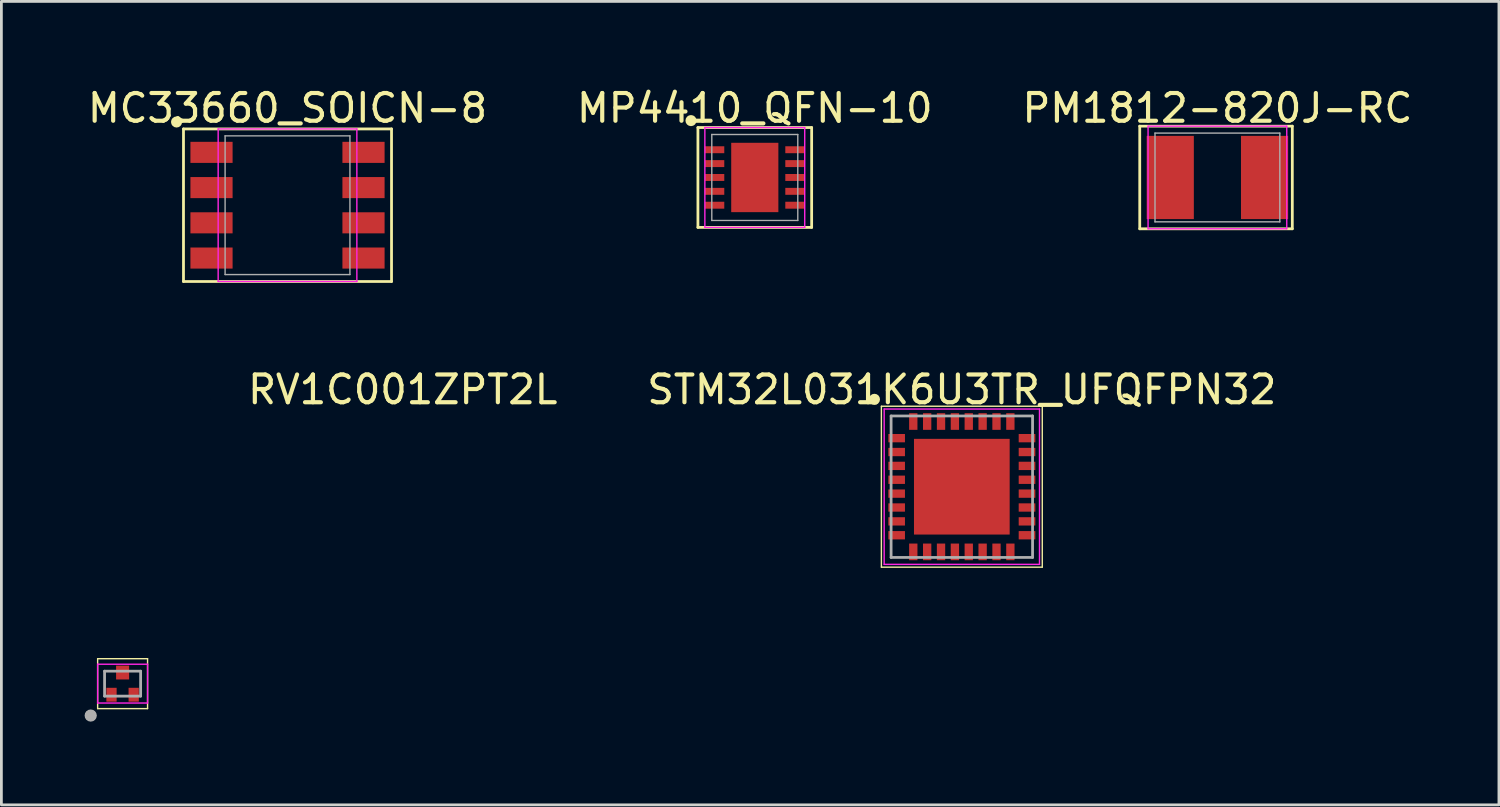
<source format=kicad_pcb>
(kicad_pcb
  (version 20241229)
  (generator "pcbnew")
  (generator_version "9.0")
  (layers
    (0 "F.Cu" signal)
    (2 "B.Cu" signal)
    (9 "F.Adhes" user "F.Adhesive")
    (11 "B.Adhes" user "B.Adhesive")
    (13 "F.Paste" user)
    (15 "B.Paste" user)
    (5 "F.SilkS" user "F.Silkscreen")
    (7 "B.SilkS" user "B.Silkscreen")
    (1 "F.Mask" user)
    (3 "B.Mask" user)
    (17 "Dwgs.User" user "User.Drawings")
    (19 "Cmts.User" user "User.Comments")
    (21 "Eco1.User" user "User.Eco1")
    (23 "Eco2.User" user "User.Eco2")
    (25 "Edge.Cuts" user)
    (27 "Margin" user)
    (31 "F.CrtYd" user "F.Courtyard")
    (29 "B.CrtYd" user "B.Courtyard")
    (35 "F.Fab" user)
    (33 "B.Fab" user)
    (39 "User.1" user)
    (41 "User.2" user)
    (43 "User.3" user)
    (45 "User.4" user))
  (footprint "MP4410_QFN-10"
    (layer "F.Cu")
    (at 24.161 3.348)
    (property "Reference" "MP4410_QFN-10" (at 0 -2.5 0) (layer "F.SilkS") (effects (font (size 1 1) (thickness 0.15))))
    (attr smd)
    (fp_poly (pts (xy 0.85 1.25) (xy -0.85 1.25) (xy -0.85 -1.25) (xy 0.85 -1.25)) (stroke (width 0.001) (type solid)) (fill yes) (layer "F.Cu"))
    (fp_line (start -2.05 -1.8) (end 2.05 -1.8) (stroke (width 0.1) (type solid)) (layer "F.SilkS"))
    (fp_line (start -2.05 1.8) (end -2.05 -1.8) (stroke (width 0.1) (type solid)) (layer "F.SilkS"))
    (fp_line (start 2.05 -1.8) (end 2.05 1.8) (stroke (width 0.1) (type solid)) (layer "F.SilkS"))
    (fp_line (start 2.05 1.8) (end -2.05 1.8) (stroke (width 0.1) (type solid)) (layer "F.SilkS"))
    (fp_circle (center -2.3 -2.05) (end -2.2 -2.05) (stroke (width 0.2) (type solid)) (fill no) (layer "F.SilkS"))
    (fp_line (start -1.8 -1.8) (end 1.8 -1.8) (stroke (width 0.05) (type solid)) (layer "F.CrtYd"))
    (fp_line (start -1.8 1.8) (end -1.8 -1.8) (stroke (width 0.05) (type solid)) (layer "F.CrtYd"))
    (fp_line (start 1.8 -1.8) (end 1.8 1.8) (stroke (width 0.05) (type solid)) (layer "F.CrtYd"))
    (fp_line (start 1.8 1.8) (end -1.8 1.8) (stroke (width 0.05) (type solid)) (layer "F.CrtYd"))
    (fp_line (start -1.55 -1.55) (end -1.55 1.55) (stroke (width 0.05) (type solid)) (layer "F.Fab"))
    (fp_line (start -1.55 1.55) (end 1.55 1.55) (stroke (width 0.05) (type solid)) (layer "F.Fab"))
    (fp_line (start 1.55 -1.55) (end -1.55 -1.55) (stroke (width 0.05) (type solid)) (layer "F.Fab"))
    (fp_line (start 1.55 1.55) (end 1.55 -1.55) (stroke (width 0.05) (type solid)) (layer "F.Fab"))
    (pad "1" smd rect (at -1.45 -1) (size 0.7 0.25) (layers "F.Cu" "F.Mask" "F.Paste"))
    (pad "2" smd rect (at -1.45 -0.5) (size 0.7 0.25) (layers "F.Cu" "F.Mask" "F.Paste"))
    (pad "3" smd rect (at -1.45 0) (size 0.7 0.25) (layers "F.Cu" "F.Mask" "F.Paste"))
    (pad "4" smd rect (at -1.45 0.5) (size 0.7 0.25) (layers "F.Cu" "F.Mask" "F.Paste"))
    (pad "5" smd rect (at -1.45 1) (size 0.7 0.25) (layers "F.Cu" "F.Mask" "F.Paste"))
    (pad "6" smd rect (at 1.45 1) (size 0.7 0.25) (layers "F.Cu" "F.Mask" "F.Paste"))
    (pad "7" smd rect (at 1.45 0.5) (size 0.7 0.25) (layers "F.Cu" "F.Mask" "F.Paste"))
    (pad "8" smd rect (at 1.45 0) (size 0.7 0.25) (layers "F.Cu" "F.Mask" "F.Paste"))
    (pad "9" smd rect (at 1.45 -0.5) (size 0.7 0.25) (layers "F.Cu" "F.Mask" "F.Paste"))
    (pad "10" smd rect (at 1.45 -1) (size 0.7 0.25) (layers "F.Cu" "F.Mask" "F.Paste")))
  (footprint "PM1812-820J-RC"
    (layer "F.Cu")
    (at 40.839 3.348)
    (property "Reference" "PM1812-820J-RC" (at 0 -2.5 0) (layer "F.SilkS") (effects (font (size 1 1) (thickness 0.15))))
    (attr through_hole)
    (fp_line (start -2.8 -1.85) (end 2.7 -1.85) (stroke (width 0.1) (type solid)) (layer "F.SilkS"))
    (fp_line (start -2.8 1.85) (end -2.8 -1.85) (stroke (width 0.1) (type solid)) (layer "F.SilkS"))
    (fp_line (start 2.7 -1.85) (end 2.7 1.85) (stroke (width 0.1) (type solid)) (layer "F.SilkS"))
    (fp_line (start 2.7 1.85) (end -2.8 1.85) (stroke (width 0.1) (type solid)) (layer "F.SilkS"))
    (fp_line (start -2.5 -1.85) (end 2.5 -1.85) (stroke (width 0.05) (type solid)) (layer "F.CrtYd"))
    (fp_line (start -2.5 1.85) (end -2.5 -1.85) (stroke (width 0.05) (type solid)) (layer "F.CrtYd"))
    (fp_line (start 2.5 -1.85) (end 2.5 1.85) (stroke (width 0.05) (type solid)) (layer "F.CrtYd"))
    (fp_line (start 2.5 1.85) (end -2.5 1.85) (stroke (width 0.05) (type solid)) (layer "F.CrtYd"))
    (fp_line (start -2.25 -1.6) (end 2.25 -1.6) (stroke (width 0.05) (type solid)) (layer "F.Fab"))
    (fp_line (start -2.25 1.6) (end -2.25 -1.6) (stroke (width 0.05) (type solid)) (layer "F.Fab"))
    (fp_line (start 2.25 -1.6) (end 2.25 1.6) (stroke (width 0.05) (type solid)) (layer "F.Fab"))
    (fp_line (start 2.25 1.6) (end -2.25 1.6) (stroke (width 0.05) (type solid)) (layer "F.Fab"))
    (pad "1" smd rect (at -1.7 0) (size 1.7 3) (layers "F.Cu" "F.Mask" "F.Paste"))
    (pad "2" smd rect (at 1.7 0) (size 1.7 3) (layers "F.Cu" "F.Mask" "F.Paste")))
  (footprint "STM32L031K6U3TR_UFQFPN32"
    (layer "F.Cu")
    (at 31.625 14.496)
    (property "Reference" "STM32L031K6U3TR_UFQFPN32" (at 0 -3.5 0) (layer "F.SilkS") (effects (font (size 1 1) (thickness 0.15))))
    (attr smd)
    (fp_line (start -2.9 -2.9) (end 2.9 -2.9) (stroke (width 0.05) (type solid)) (layer "F.SilkS"))
    (fp_line (start -2.9 2.9) (end -2.9 -2.9) (stroke (width 0.05) (type solid)) (layer "F.SilkS"))
    (fp_line (start 2.9 -2.9) (end 2.9 2.9) (stroke (width 0.05) (type solid)) (layer "F.SilkS"))
    (fp_line (start 2.9 2.9) (end -2.9 2.9) (stroke (width 0.05) (type solid)) (layer "F.SilkS"))
    (fp_circle (center -3.15 -3.15) (end -3.05 -3.15) (stroke (width 0.2) (type solid)) (fill no) (layer "F.SilkS"))
    (fp_line (start -2.8 -2.8) (end 2.8 -2.8) (stroke (width 0.05) (type solid)) (layer "F.CrtYd"))
    (fp_line (start -2.8 2.8) (end -2.8 -2.8) (stroke (width 0.05) (type solid)) (layer "F.CrtYd"))
    (fp_line (start 2.8 -2.8) (end 2.8 2.8) (stroke (width 0.05) (type solid)) (layer "F.CrtYd"))
    (fp_line (start 2.8 2.8) (end -2.8 2.8) (stroke (width 0.05) (type solid)) (layer "F.CrtYd"))
    (fp_line (start -2.55 -2.55) (end 2.55 -2.55) (stroke (width 0.1) (type solid)) (layer "F.Fab"))
    (fp_line (start -2.55 2.55) (end -2.55 -2.55) (stroke (width 0.1) (type solid)) (layer "F.Fab"))
    (fp_line (start -2.55 2.55) (end 2.55 2.55) (stroke (width 0.1) (type solid)) (layer "F.Fab"))
    (fp_line (start 2.55 -2.55) (end 2.55 2.55) (stroke (width 0.1) (type solid)) (layer "F.Fab"))
    (pad "1" smd rect (at -2.35 -1.75) (size 0.6 0.3) (layers "F.Cu" "F.Mask" "F.Paste"))
    (pad "2" smd rect (at -2.35 -1.25) (size 0.6 0.3) (layers "F.Cu" "F.Mask" "F.Paste"))
    (pad "3" smd rect (at -2.35 -0.75) (size 0.6 0.3) (layers "F.Cu" "F.Mask" "F.Paste"))
    (pad "4" smd rect (at -2.35 -0.25) (size 0.6 0.3) (layers "F.Cu" "F.Mask" "F.Paste"))
    (pad "5" smd rect (at -2.35 0.25) (size 0.6 0.3) (layers "F.Cu" "F.Mask" "F.Paste"))
    (pad "6" smd rect (at -2.35 0.75) (size 0.6 0.3) (layers "F.Cu" "F.Mask" "F.Paste"))
    (pad "7" smd rect (at -2.35 1.25) (size 0.6 0.3) (layers "F.Cu" "F.Mask" "F.Paste"))
    (pad "8" smd rect (at -2.35 1.75) (size 0.6 0.3) (layers "F.Cu" "F.Mask" "F.Paste"))
    (pad "9" smd rect (at -1.75 2.35 90) (size 0.6 0.3) (layers "F.Cu" "F.Mask" "F.Paste"))
    (pad "10" smd rect (at -1.25 2.35 90) (size 0.6 0.3) (layers "F.Cu" "F.Mask" "F.Paste"))
    (pad "11" smd rect (at -0.75 2.35 90) (size 0.6 0.3) (layers "F.Cu" "F.Mask" "F.Paste"))
    (pad "12" smd rect (at -0.25 2.35 90) (size 0.6 0.3) (layers "F.Cu" "F.Mask" "F.Paste"))
    (pad "13" smd rect (at 0.25 2.35 90) (size 0.6 0.3) (layers "F.Cu" "F.Mask" "F.Paste"))
    (pad "14" smd rect (at 0.75 2.35 90) (size 0.6 0.3) (layers "F.Cu" "F.Mask" "F.Paste"))
    (pad "15" smd rect (at 1.25 2.35 90) (size 0.6 0.3) (layers "F.Cu" "F.Mask" "F.Paste"))
    (pad "16" smd rect (at 1.75 2.35 90) (size 0.6 0.3) (layers "F.Cu" "F.Mask" "F.Paste"))
    (pad "17" smd rect (at 2.35 1.75) (size 0.6 0.3) (layers "F.Cu" "F.Mask" "F.Paste"))
    (pad "18" smd rect (at 2.35 1.25) (size 0.6 0.3) (layers "F.Cu" "F.Mask" "F.Paste"))
    (pad "19" smd rect (at 2.35 0.75) (size 0.6 0.3) (layers "F.Cu" "F.Mask" "F.Paste"))
    (pad "20" smd rect (at 2.35 0.25) (size 0.6 0.3) (layers "F.Cu" "F.Mask" "F.Paste"))
    (pad "21" smd rect (at 2.35 -0.25) (size 0.6 0.3) (layers "F.Cu" "F.Mask" "F.Paste"))
    (pad "22" smd rect (at 2.35 -0.75) (size 0.6 0.3) (layers "F.Cu" "F.Mask" "F.Paste"))
    (pad "23" smd rect (at 2.35 -1.25) (size 0.6 0.3) (layers "F.Cu" "F.Mask" "F.Paste"))
    (pad "24" smd rect (at 2.35 -1.75) (size 0.6 0.3) (layers "F.Cu" "F.Mask" "F.Paste"))
    (pad "25" smd rect (at 1.75 -2.35 90) (size 0.6 0.3) (layers "F.Cu" "F.Mask" "F.Paste"))
    (pad "26" smd rect (at 1.25 -2.35 90) (size 0.6 0.3) (layers "F.Cu" "F.Mask" "F.Paste"))
    (pad "27" smd rect (at 0.75 -2.35 90) (size 0.6 0.3) (layers "F.Cu" "F.Mask" "F.Paste"))
    (pad "28" smd rect (at 0.25 -2.35 90) (size 0.6 0.3) (layers "F.Cu" "F.Mask" "F.Paste"))
    (pad "29" smd rect (at -0.25 -2.35 90) (size 0.6 0.3) (layers "F.Cu" "F.Mask" "F.Paste"))
    (pad "30" smd rect (at -0.75 -2.35 90) (size 0.6 0.3) (layers "F.Cu" "F.Mask" "F.Paste"))
    (pad "31" smd rect (at -1.25 -2.35 90) (size 0.6 0.3) (layers "F.Cu" "F.Mask" "F.Paste"))
    (pad "32" smd rect (at -1.75 -2.35 90) (size 0.6 0.3) (layers "F.Cu" "F.Mask" "F.Paste"))
    (pad "33" smd rect (at 0 0) (size 3.45 3.45) (layers "F.Cu" "F.Mask" "F.Paste")))
  (footprint "RV1C001ZPT2L"
    (layer "F.Cu")
    (at 1.37 21.596)
    (property "Reference" "RV1C001ZPT2L" (at 10.1 -10.6 0) (layer "F.SilkS") (effects (font (size 1 1) (thickness 0.15))))
    (attr through_hole)
    (fp_line (start -0.9 -0.9) (end 0.9 -0.9) (stroke (width 0.05) (type solid)) (layer "F.SilkS"))
    (fp_line (start -0.9 0.9) (end -0.9 -0.9) (stroke (width 0.05) (type solid)) (layer "F.SilkS"))
    (fp_line (start 0.9 -0.9) (end 0.9 0.9) (stroke (width 0.05) (type solid)) (layer "F.SilkS"))
    (fp_line (start 0.9 0.9) (end -0.9 0.9) (stroke (width 0.05) (type solid)) (layer "F.SilkS"))
    (fp_circle (center -1.15 1.15) (end -1.05 1.15) (stroke (width 0.2) (type solid)) (fill no) (layer "F.SilkS"))
    (fp_line (start -0.9 -0.7) (end 0.9 -0.7) (stroke (width 0.05) (type solid)) (layer "F.CrtYd"))
    (fp_line (start -0.9 0.7) (end -0.9 -0.7) (stroke (width 0.05) (type solid)) (layer "F.CrtYd"))
    (fp_line (start 0.9 -0.7) (end 0.9 0.7) (stroke (width 0.05) (type solid)) (layer "F.CrtYd"))
    (fp_line (start 0.9 0.7) (end -0.9 0.7) (stroke (width 0.05) (type solid)) (layer "F.CrtYd"))
    (fp_line (start -0.65 0.45) (end -0.65 -0.45) (stroke (width 0.1) (type solid)) (layer "F.Fab"))
    (fp_line (start -0.65 0.45) (end 0.65 0.45) (stroke (width 0.1) (type solid)) (layer "F.Fab"))
    (fp_line (start 0.65 -0.45) (end -0.65 -0.45) (stroke (width 0.1) (type solid)) (layer "F.Fab"))
    (fp_line (start 0.65 -0.45) (end 0.65 0.45) (stroke (width 0.1) (type solid)) (layer "F.Fab"))
    (fp_circle (center -1.15 1.15) (end -1.04 1.15) (stroke (width 0.22) (type solid)) (fill no) (layer "F.Fab"))
    (pad "1" smd rect (at -0.4 0.4 180) (size 0.37 0.5) (layers "F.Cu" "F.Mask" "F.Paste"))
    (pad "2" smd rect (at 0.4 0.4 180) (size 0.37 0.5) (layers "F.Cu" "F.Mask" "F.Paste"))
    (pad "3" smd rect (at 0 -0.4 180) (size 0.47 0.5) (layers "F.Cu" "F.Mask" "F.Paste")))
  (footprint "MC33660_SOICN-8"
    (layer "F.Cu")
    (at 7.315 4.348)
    (property "Reference" "MC33660_SOICN-8" (at 0 -3.5 0) (layer "F.SilkS") (effects (font (size 1 1) (thickness 0.15))))
    (attr smd)
    (fp_line (start -3.75 -2.75) (end 3.75 -2.75) (stroke (width 0.1) (type solid)) (layer "F.SilkS"))
    (fp_line (start -3.75 2.75) (end -3.75 -2.75) (stroke (width 0.1) (type solid)) (layer "F.SilkS"))
    (fp_line (start 3.75 -2.75) (end 3.75 2.75) (stroke (width 0.1) (type solid)) (layer "F.SilkS"))
    (fp_line (start 3.75 2.75) (end -3.75 2.75) (stroke (width 0.1) (type solid)) (layer "F.SilkS"))
    (fp_circle (center -4 -3) (end -3.9 -3) (stroke (width 0.2) (type solid)) (fill no) (layer "F.SilkS"))
    (fp_line (start -2.5 -2.75) (end 2.5 -2.75) (stroke (width 0.05) (type solid)) (layer "F.CrtYd"))
    (fp_line (start -2.5 2.75) (end -2.5 -2.75) (stroke (width 0.05) (type solid)) (layer "F.CrtYd"))
    (fp_line (start 2.5 -2.75) (end 2.5 2.75) (stroke (width 0.05) (type solid)) (layer "F.CrtYd"))
    (fp_line (start 2.5 2.75) (end -2.5 2.75) (stroke (width 0.05) (type solid)) (layer "F.CrtYd"))
    (fp_line (start -2.25 -2.5) (end -2.25 2.5) (stroke (width 0.05) (type solid)) (layer "F.Fab"))
    (fp_line (start -2.25 2.5) (end 2.25 2.5) (stroke (width 0.05) (type solid)) (layer "F.Fab"))
    (fp_line (start 2.25 -2.5) (end -2.25 -2.5) (stroke (width 0.05) (type solid)) (layer "F.Fab"))
    (fp_line (start 2.25 2.5) (end 2.25 -2.5) (stroke (width 0.05) (type solid)) (layer "F.Fab"))
    (pad "1" smd rect (at -2.74 -1.905) (size 1.52 0.76) (layers "F.Cu" "F.Mask" "F.Paste"))
    (pad "2" smd rect (at -2.74 -0.635) (size 1.52 0.76) (layers "F.Cu" "F.Mask" "F.Paste"))
    (pad "3" smd rect (at -2.74 0.635) (size 1.52 0.76) (layers "F.Cu" "F.Mask" "F.Paste"))
    (pad "4" smd rect (at -2.74 1.905) (size 1.52 0.76) (layers "F.Cu" "F.Mask" "F.Paste"))
    (pad "5" smd rect (at 2.74 1.905) (size 1.52 0.76) (layers "F.Cu" "F.Mask" "F.Paste"))
    (pad "6" smd rect (at 2.74 0.635) (size 1.52 0.76) (layers "F.Cu" "F.Mask" "F.Paste"))
    (pad "7" smd rect (at 2.74 -0.635) (size 1.52 0.76) (layers "F.Cu" "F.Mask" "F.Paste"))
    (pad "8" smd rect (at 2.74 -1.905) (size 1.52 0.76) (layers "F.Cu" "F.Mask" "F.Paste")))
  (gr_rect
    (start -3 -3)
    (end 50.988 25.966)
    (stroke (width 0.1) (type default))
    (fill no)
    (layer "Edge.Cuts")))
</source>
